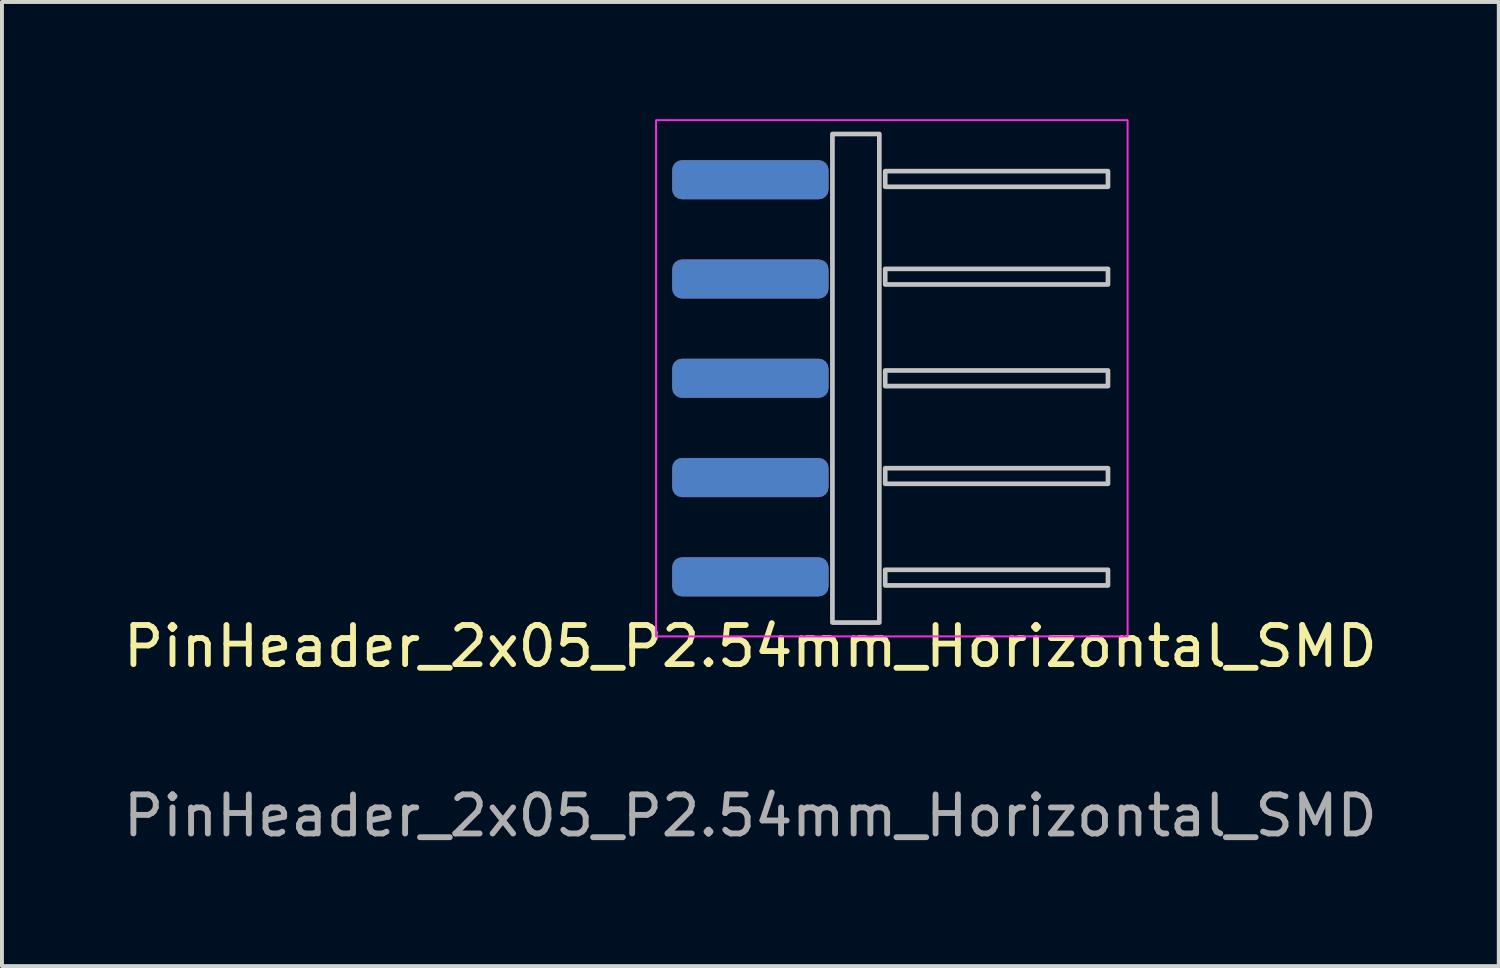
<source format=kicad_pcb>
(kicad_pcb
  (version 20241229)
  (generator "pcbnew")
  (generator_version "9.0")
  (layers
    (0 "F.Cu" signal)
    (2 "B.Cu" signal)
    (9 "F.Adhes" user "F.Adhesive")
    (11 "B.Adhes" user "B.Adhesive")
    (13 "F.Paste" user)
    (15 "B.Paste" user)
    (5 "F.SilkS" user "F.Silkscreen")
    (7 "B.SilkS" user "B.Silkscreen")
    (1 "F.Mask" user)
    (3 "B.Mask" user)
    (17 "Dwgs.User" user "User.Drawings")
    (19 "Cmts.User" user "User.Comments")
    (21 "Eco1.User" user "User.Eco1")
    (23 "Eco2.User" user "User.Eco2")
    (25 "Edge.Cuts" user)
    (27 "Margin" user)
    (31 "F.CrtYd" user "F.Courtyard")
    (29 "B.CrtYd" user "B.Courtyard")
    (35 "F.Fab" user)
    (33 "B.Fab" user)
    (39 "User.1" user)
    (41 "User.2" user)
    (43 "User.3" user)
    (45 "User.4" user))
  (footprint "PinHeader_2x05_P2.54mm_Horizontal_SMD"
    (layer "F.Cu")
    (at 16.149 6.629)
    (property "Reference" "PinHeader_2x05_P2.54mm_Horizontal_SMD" (at 0 6.858 0) (unlocked yes) (layer "F.SilkS") (effects (font (size 1 1) (thickness 0.15))))
    (attr smd)
    (fp_rect (start 2.1 -6.25) (end 3.3 6.25) (stroke (width 0.12) (type solid)) (fill no) (layer "Dwgs.User"))
    (fp_rect (start 3.45 -5.3) (end 9.15 -4.9) (stroke (width 0.12) (type solid)) (fill no) (layer "Dwgs.User"))
    (fp_rect (start 3.45 -2.8) (end 9.15 -2.4) (stroke (width 0.12) (type solid)) (fill no) (layer "Dwgs.User"))
    (fp_rect (start 3.45 -0.2) (end 9.15 0.2) (stroke (width 0.12) (type solid)) (fill no) (layer "Dwgs.User"))
    (fp_rect (start 3.45 2.3) (end 9.15 2.7) (stroke (width 0.12) (type solid)) (fill no) (layer "Dwgs.User"))
    (fp_rect (start 3.45 4.9) (end 9.15 5.3) (stroke (width 0.12) (type solid)) (fill no) (layer "Dwgs.User"))
    (fp_rect (start -2.413 -6.604) (end 9.652 6.604) (stroke (width 0.05) (type default)) (fill no) (layer "F.CrtYd"))
    (fp_text user "${REFERENCE}" (at 0 11.192 0) (unlocked yes) (layer "F.Fab") (effects (font (size 1 1) (thickness 0.15))))
    (pad "1" smd roundrect (at 0 -5.08) (size 4 1) (layers "F.Cu" "F.Mask") (roundrect_rratio 0.25))
    (pad "2" smd roundrect (at 0 -5.08) (size 4 1) (layers "B.Cu" "B.Mask") (roundrect_rratio 0.25))
    (pad "3" smd roundrect (at 0 -2.54) (size 4 1) (layers "F.Cu" "F.Mask") (roundrect_rratio 0.25))
    (pad "4" smd roundrect (at 0 -2.54) (size 4 1) (layers "B.Cu" "B.Mask") (roundrect_rratio 0.25))
    (pad "5" smd roundrect (at 0 0) (size 4 1) (layers "F.Cu" "F.Mask") (roundrect_rratio 0.25))
    (pad "6" smd roundrect (at 0 0) (size 4 1) (layers "B.Cu" "B.Mask") (roundrect_rratio 0.25))
    (pad "7" smd roundrect (at 0 2.54) (size 4 1) (layers "F.Cu" "F.Mask") (roundrect_rratio 0.25))
    (pad "8" smd roundrect (at 0 2.54) (size 4 1) (layers "B.Cu" "B.Mask") (roundrect_rratio 0.25))
    (pad "9" smd roundrect (at 0 5.08) (size 4 1) (layers "F.Cu" "F.Mask") (roundrect_rratio 0.25))
    (pad "10" smd roundrect (at 0 5.08) (size 4 1) (layers "B.Cu" "B.Mask") (roundrect_rratio 0.25)))
  (gr_rect
    (start -3 -3)
    (end 35.298 21.669)
    (stroke (width 0.1) (type default))
    (fill no)
    (layer "Edge.Cuts")))
</source>
